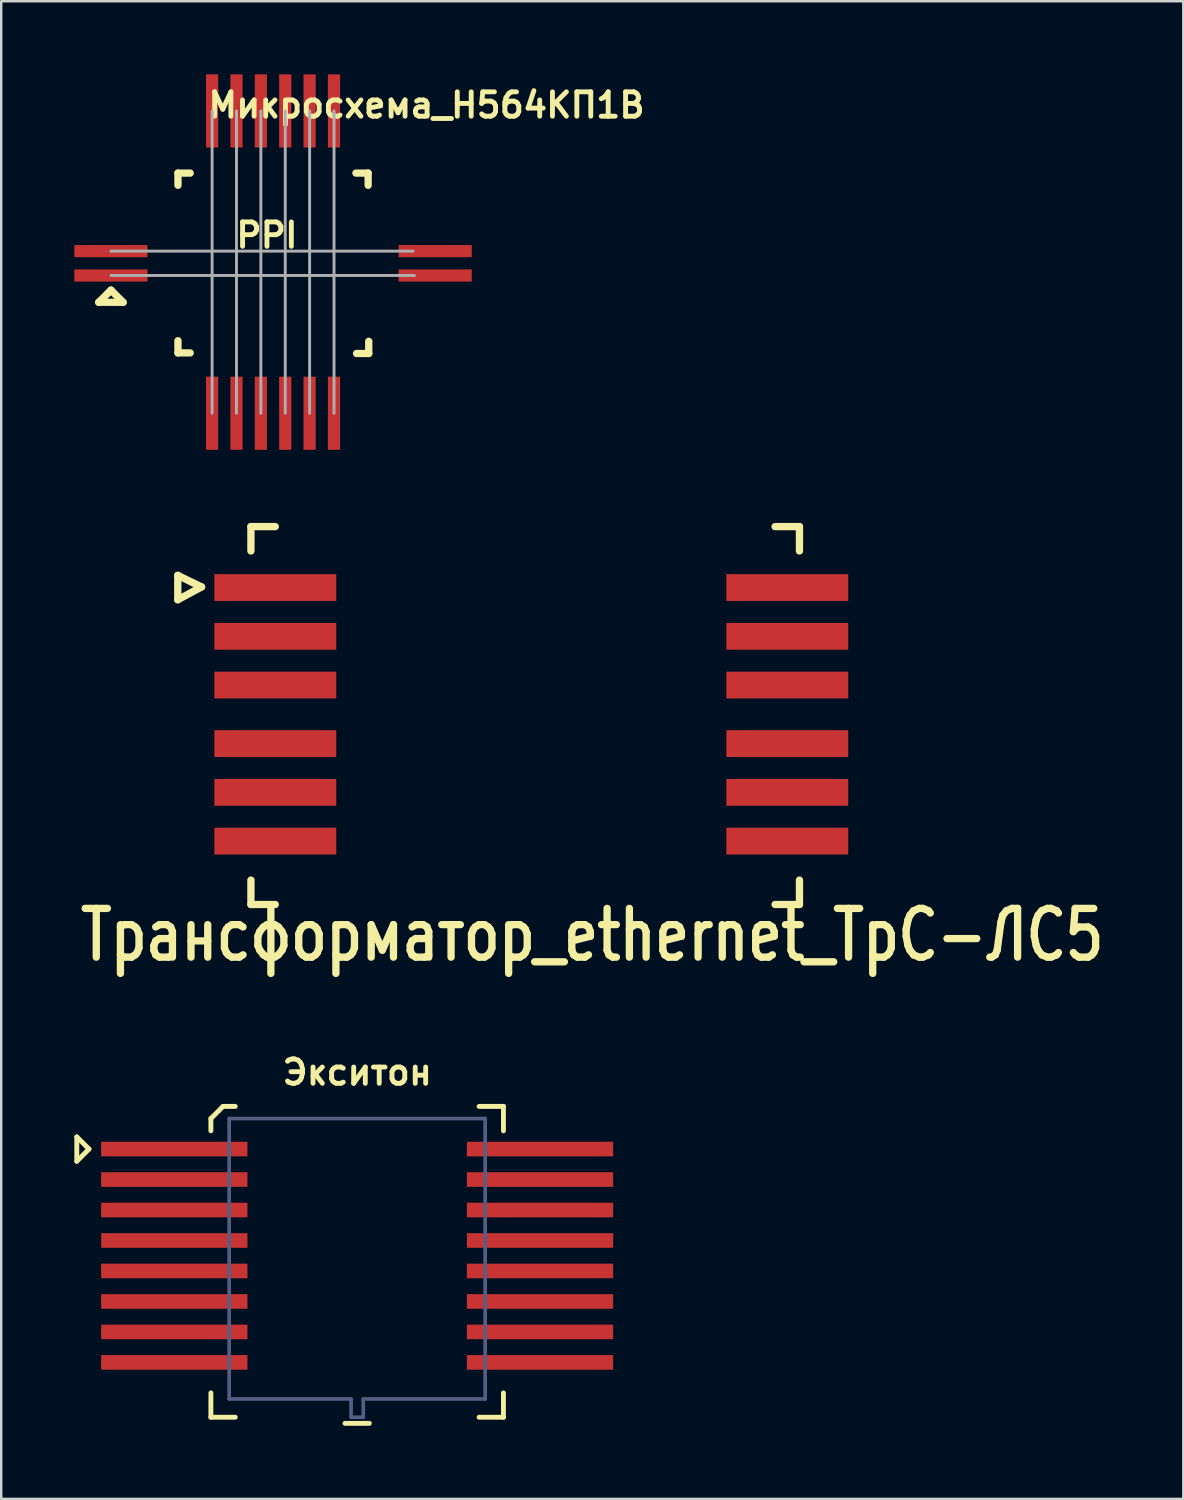
<source format=kicad_pcb>
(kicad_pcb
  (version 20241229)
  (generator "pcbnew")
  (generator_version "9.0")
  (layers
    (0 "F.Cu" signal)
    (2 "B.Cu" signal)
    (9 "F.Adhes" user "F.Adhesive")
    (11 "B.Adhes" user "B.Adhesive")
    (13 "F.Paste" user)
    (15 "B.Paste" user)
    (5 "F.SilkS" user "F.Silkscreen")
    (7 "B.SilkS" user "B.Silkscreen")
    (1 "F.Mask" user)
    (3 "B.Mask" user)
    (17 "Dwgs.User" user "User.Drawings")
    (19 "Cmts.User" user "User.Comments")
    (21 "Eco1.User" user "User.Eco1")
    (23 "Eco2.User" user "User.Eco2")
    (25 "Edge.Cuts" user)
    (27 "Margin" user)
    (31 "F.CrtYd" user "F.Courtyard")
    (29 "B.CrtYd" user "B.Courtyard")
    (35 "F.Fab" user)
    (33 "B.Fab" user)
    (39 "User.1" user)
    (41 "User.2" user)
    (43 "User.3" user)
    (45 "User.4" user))
  (footprint "Экситон"
    (layer "F.Cu")
    (at 11.6 48.432)
    (property "Reference" "Экситон" (at 0 -7.5 0) (layer "F.SilkS") (effects (font (size 1 1) (thickness 0.2))))
    (attr through_hole)
    (fp_line (start -11.5 -4.85) (end -11.5 -3.85) (stroke (width 0.2) (type solid)) (layer "F.SilkS"))
    (fp_line (start -11.5 -3.85) (end -11 -4.35) (stroke (width 0.2) (type solid)) (layer "F.SilkS"))
    (fp_line (start -11 -4.35) (end -11.5 -4.85) (stroke (width 0.2) (type solid)) (layer "F.SilkS"))
    (fp_line (start -6 -5.6) (end -5.5 -6.1) (stroke (width 0.2) (type solid)) (layer "F.SilkS"))
    (fp_line (start -6 -5.1) (end -6 -5.6) (stroke (width 0.2) (type solid)) (layer "F.SilkS"))
    (fp_line (start -6 6.65) (end -6 5.65) (stroke (width 0.2) (type solid)) (layer "F.SilkS"))
    (fp_line (start -6 6.65) (end -5 6.65) (stroke (width 0.2) (type solid)) (layer "F.SilkS"))
    (fp_line (start -5.5 -6.1) (end -5 -6.1) (stroke (width 0.2) (type solid)) (layer "F.SilkS"))
    (fp_line (start 0.5 6.9) (end -0.5 6.9) (stroke (width 0.2) (type solid)) (layer "F.SilkS"))
    (fp_line (start 6 -6.1) (end 5 -6.1) (stroke (width 0.2) (type solid)) (layer "F.SilkS"))
    (fp_line (start 6 -6.1) (end 6 -5.1) (stroke (width 0.2) (type solid)) (layer "F.SilkS"))
    (fp_line (start 6 6.65) (end 5 6.65) (stroke (width 0.2) (type solid)) (layer "F.SilkS"))
    (fp_line (start 6 6.65) (end 6 5.65) (stroke (width 0.2) (type solid)) (layer "F.SilkS"))
    (fp_line (start -5.25 -5.6) (end -5.25 5.9) (stroke (width 0.15) (type solid)) (layer "B.Fab"))
    (fp_line (start -5.25 5.9) (end -0.25 5.9) (stroke (width 0.15) (type solid)) (layer "B.Fab"))
    (fp_line (start -0.25 5.9) (end -0.25 6.65) (stroke (width 0.15) (type solid)) (layer "B.Fab"))
    (fp_line (start -0.25 6.65) (end 0.25 6.65) (stroke (width 0.15) (type solid)) (layer "B.Fab"))
    (fp_line (start 0.25 5.9) (end 5.25 5.9) (stroke (width 0.15) (type solid)) (layer "B.Fab"))
    (fp_line (start 0.25 6.65) (end 0.25 5.9) (stroke (width 0.15) (type solid)) (layer "B.Fab"))
    (fp_line (start 5.25 -5.6) (end -5.25 -5.6) (stroke (width 0.15) (type solid)) (layer "B.Fab"))
    (fp_line (start 5.25 -5.6) (end 5.25 5.9) (stroke (width 0.15) (type solid)) (layer "B.Fab"))
    (pad "1" smd rect (at -7.5 -4.35) (size 6 0.6) (layers "F.Cu" "F.Mask" "F.Paste"))
    (pad "2" smd rect (at -7.5 -3.1) (size 6 0.6) (layers "F.Cu" "F.Mask" "F.Paste"))
    (pad "3" smd rect (at -7.5 -1.85) (size 6 0.6) (layers "F.Cu" "F.Mask" "F.Paste"))
    (pad "4" smd rect (at -7.5 -0.6) (size 6 0.6) (layers "F.Cu" "F.Mask" "F.Paste"))
    (pad "5" smd rect (at -7.5 0.65) (size 6 0.6) (layers "F.Cu" "F.Mask" "F.Paste"))
    (pad "6" smd rect (at -7.5 1.9) (size 6 0.6) (layers "F.Cu" "F.Mask" "F.Paste"))
    (pad "7" smd rect (at -7.5 3.15) (size 6 0.6) (layers "F.Cu" "F.Mask" "F.Paste"))
    (pad "8" smd rect (at -7.5 4.4) (size 6 0.6) (layers "F.Cu" "F.Mask" "F.Paste"))
    (pad "9" smd rect (at 7.5 4.4) (size 6 0.6) (layers "F.Cu" "F.Mask" "F.Paste"))
    (pad "10" smd rect (at 7.5 3.15) (size 6 0.6) (layers "F.Cu" "F.Mask" "F.Paste"))
    (pad "11" smd rect (at 7.5 1.9) (size 6 0.6) (layers "F.Cu" "F.Mask" "F.Paste"))
    (pad "12" smd rect (at 7.5 0.65) (size 6 0.6) (layers "F.Cu" "F.Mask" "F.Paste"))
    (pad "13" smd rect (at 7.5 -0.6) (size 6 0.6) (layers "F.Cu" "F.Mask" "F.Paste"))
    (pad "14" smd rect (at 7.5 -1.85) (size 6 0.6) (layers "F.Cu" "F.Mask" "F.Paste"))
    (pad "15" smd rect (at 7.5 -3.1) (size 6 0.6) (layers "F.Cu" "F.Mask" "F.Paste"))
    (pad "16" smd rect (at 7.5 -4.35) (size 6 0.6) (layers "F.Cu" "F.Mask" "F.Paste")))
  (footprint "Трансформатор_ethernet_ТрС-ЛС5"
    (layer "F.Cu")
    (at 5.742 21.05)
    (property "Reference" "Трансформатор_ethernet_ТрС-ЛС5" (at 15.5 14.25 0) (layer "F.SilkS") (effects (font (size 2 1.6) (thickness 0.3))))
    (attr through_hole)
    (fp_line (start -1.5 -0.5) (end -0.525 -0.025) (stroke (width 0.3) (type solid)) (layer "F.SilkS"))
    (fp_line (start -1.5 0.5) (end -1.5 -0.5) (stroke (width 0.3) (type solid)) (layer "F.SilkS"))
    (fp_line (start -0.525 -0.025) (end -1.5 0.5) (stroke (width 0.3) (type solid)) (layer "F.SilkS"))
    (fp_line (start 1.5 -2.5) (end 2.5 -2.5) (stroke (width 0.3) (type solid)) (layer "F.SilkS"))
    (fp_line (start 1.5 -1.5) (end 1.5 -2.5) (stroke (width 0.3) (type solid)) (layer "F.SilkS"))
    (fp_line (start 1.5 13) (end 1.5 12) (stroke (width 0.3) (type solid)) (layer "F.SilkS"))
    (fp_line (start 1.5 13) (end 2.5 13) (stroke (width 0.3) (type solid)) (layer "F.SilkS"))
    (fp_line (start 24 -2.5) (end 23 -2.5) (stroke (width 0.3) (type solid)) (layer "F.SilkS"))
    (fp_line (start 24 -2.5) (end 24 -1.5) (stroke (width 0.3) (type solid)) (layer "F.SilkS"))
    (fp_line (start 24 13) (end 23 13) (stroke (width 0.3) (type solid)) (layer "F.SilkS"))
    (fp_line (start 24 13) (end 24 12) (stroke (width 0.3) (type solid)) (layer "F.SilkS"))
    (pad "1" smd rect (at 2.5 0) (size 5 1.1) (layers "F.Cu" "F.Mask" "F.Paste"))
    (pad "2" smd rect (at 2.5 2) (size 5 1.1) (layers "F.Cu" "F.Mask" "F.Paste"))
    (pad "3" smd rect (at 2.5 4) (size 5 1.1) (layers "F.Cu" "F.Mask" "F.Paste"))
    (pad "4" smd rect (at 2.5 6.4) (size 5 1.1) (layers "F.Cu" "F.Mask" "F.Paste"))
    (pad "5" smd rect (at 2.5 8.4) (size 5 1.1) (layers "F.Cu" "F.Mask" "F.Paste"))
    (pad "6" smd rect (at 2.5 10.4) (size 5 1.1) (layers "F.Cu" "F.Mask" "F.Paste"))
    (pad "7" smd rect (at 23.5 10.4) (size 5 1.1) (layers "F.Cu" "F.Mask" "F.Paste"))
    (pad "8" smd rect (at 23.5 8.4) (size 5 1.1) (layers "F.Cu" "F.Mask" "F.Paste"))
    (pad "9" smd rect (at 23.5 6.4) (size 5 1.1) (layers "F.Cu" "F.Mask" "F.Paste"))
    (pad "10" smd rect (at 23.5 4) (size 5 1.1) (layers "F.Cu" "F.Mask" "F.Paste"))
    (pad "11" smd rect (at 23.5 2) (size 5 1.1) (layers "F.Cu" "F.Mask" "F.Paste"))
    (pad "12" smd rect (at 23.5 0) (size 5 1.1) (layers "F.Cu" "F.Mask" "F.Paste")))
  (footprint "Микросхема_Н564КП1В"
    (layer "F.Cu")
    (at 8.15 7.75)
    (property "Reference" "Микросхема_Н564КП1В" (at 6.294 -6.486 180) (layer "F.SilkS") (effects (font (size 1 1) (thickness 0.2))))
    (attr through_hole)
    (fp_line (start -7.15 1.6) (end -6.15 1.6) (stroke (width 0.3) (type solid)) (layer "F.SilkS"))
    (fp_line (start -6.65 1.1) (end -7.15 1.6) (stroke (width 0.3) (type solid)) (layer "F.SilkS"))
    (fp_line (start -6.65 1.1) (end -6.15 1.6) (stroke (width 0.3) (type solid)) (layer "F.SilkS"))
    (fp_line (start -3.9 -3.7) (end -3.4 -3.7) (stroke (width 0.3) (type solid)) (layer "F.SilkS"))
    (fp_line (start -3.9 -3.2) (end -3.9 -3.7) (stroke (width 0.3) (type solid)) (layer "F.SilkS"))
    (fp_line (start -3.9 3.175) (end -3.9 3.675) (stroke (width 0.3) (type solid)) (layer "F.SilkS"))
    (fp_line (start -3.9 3.675) (end -3.4 3.675) (stroke (width 0.3) (type solid)) (layer "F.SilkS"))
    (fp_line (start 3.4 -3.7) (end 3.9 -3.7) (stroke (width 0.3) (type solid)) (layer "F.SilkS"))
    (fp_line (start 3.9 -3.7) (end 3.9 -3.2) (stroke (width 0.3) (type solid)) (layer "F.SilkS"))
    (fp_line (start 3.925 3.2) (end 3.925 3.7) (stroke (width 0.3) (type solid)) (layer "F.SilkS"))
    (fp_line (start 3.925 3.7) (end 3.425 3.7) (stroke (width 0.3) (type solid)) (layer "F.SilkS"))
    (fp_line (start -6.65 -0.5) (end 5.75 -0.5) (stroke (width 0.12) (type solid)) (layer "F.Fab"))
    (fp_line (start -6.65 0.5) (end 5.8 0.5) (stroke (width 0.12) (type solid)) (layer "F.Fab"))
    (fp_line (start -2.5 6.15) (end -2.5 -6.25) (stroke (width 0.12) (type solid)) (layer "F.Fab"))
    (fp_line (start -1.5 6.15) (end -1.5 -6.25) (stroke (width 0.12) (type solid)) (layer "F.Fab"))
    (fp_line (start -0.5 6.15) (end -0.5 -6.25) (stroke (width 0.12) (type solid)) (layer "F.Fab"))
    (fp_line (start 0.5 6.15) (end 0.5 -6.25) (stroke (width 0.12) (type solid)) (layer "F.Fab"))
    (fp_line (start 1.5 6.15) (end 1.5 -6.25) (stroke (width 0.12) (type solid)) (layer "F.Fab"))
    (fp_line (start 2.5 6.15) (end 2.5 -6.25) (stroke (width 0.12) (type solid)) (layer "F.Fab"))
    (fp_text user "PPI" (at -0.25 -1.15 0) (layer "F.SilkS") (effects (font (size 1 1) (thickness 0.2))))
    (pad "1" smd rect (at -6.65 0.5) (size 3 0.5) (layers "F.Cu" "F.Mask" "F.Paste"))
    (pad "2" smd rect (at -2.5 6.15) (size 0.5 3) (layers "F.Cu" "F.Mask" "F.Paste"))
    (pad "3" smd rect (at -1.5 6.15) (size 0.5 3) (layers "F.Cu" "F.Mask" "F.Paste"))
    (pad "4" smd rect (at -0.5 6.15) (size 0.5 3) (layers "F.Cu" "F.Mask" "F.Paste"))
    (pad "5" smd rect (at 0.5 6.15) (size 0.5 3) (layers "F.Cu" "F.Mask" "F.Paste"))
    (pad "6" smd rect (at 1.5 6.15) (size 0.5 3) (layers "F.Cu" "F.Mask" "F.Paste"))
    (pad "7" smd rect (at 2.5 6.15) (size 0.5 3) (layers "F.Cu" "F.Mask" "F.Paste"))
    (pad "8" smd rect (at 6.65 0.5) (size 3 0.5) (layers "F.Cu" "F.Mask" "F.Paste"))
    (pad "9" smd rect (at 6.65 -0.5) (size 3 0.5) (layers "F.Cu" "F.Mask" "F.Paste"))
    (pad "10" smd rect (at 2.5 -6.25) (size 0.5 3) (layers "F.Cu" "F.Mask" "F.Paste"))
    (pad "11" smd rect (at 1.5 -6.25) (size 0.5 3) (layers "F.Cu" "F.Mask" "F.Paste"))
    (pad "12" smd rect (at 0.5 -6.25) (size 0.5 3) (layers "F.Cu" "F.Mask" "F.Paste"))
    (pad "13" smd rect (at -0.5 -6.25) (size 0.5 3) (layers "F.Cu" "F.Mask" "F.Paste"))
    (pad "14" smd rect (at -1.5 -6.25) (size 0.5 3) (layers "F.Cu" "F.Mask" "F.Paste"))
    (pad "15" smd rect (at -2.5 -6.25) (size 0.5 3) (layers "F.Cu" "F.Mask" "F.Paste"))
    (pad "16" smd rect (at -6.65 -0.5) (size 3 0.5) (layers "F.Cu" "F.Mask" "F.Paste")))
  (gr_rect
    (start -3 -3)
    (end 45.485 58.432)
    (stroke (width 0.1) (type default))
    (fill no)
    (layer "Edge.Cuts")))
</source>
